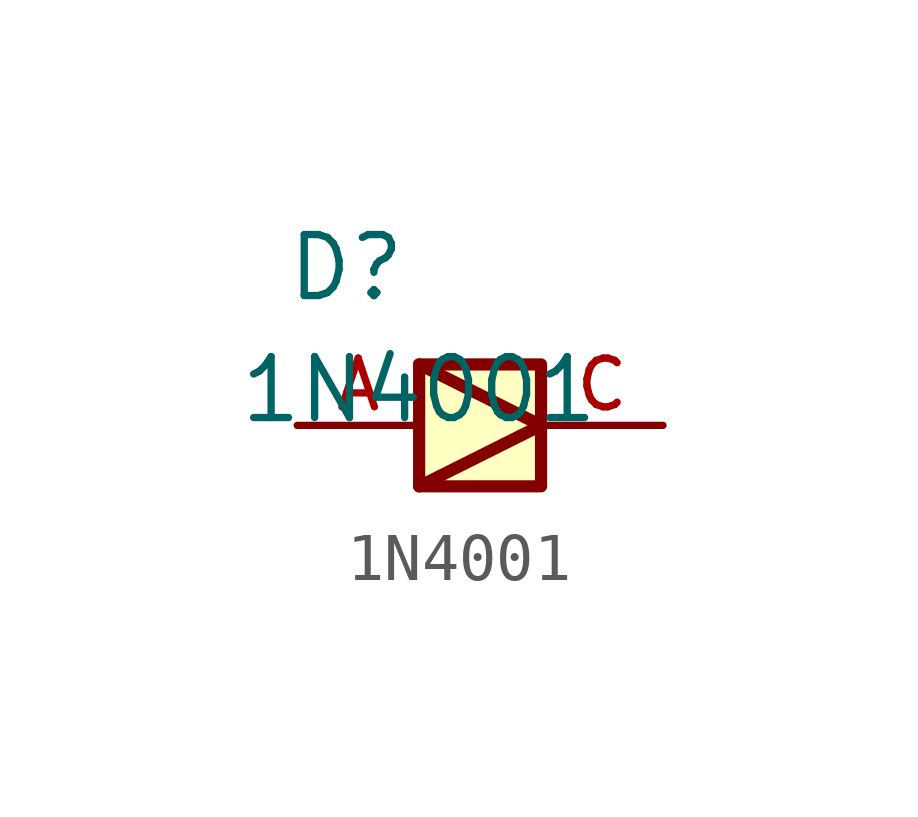
<source format=kicad_sym>
(kicad_symbol_lib
  (version 20211014)
  (generator kicad_symbol_editor)
  (symbol "1N4001"
    (pin_names
      (offset 1.016))
    (property "Reference" "D"
      (at -2.796 2.542 0)
      (effects (font (size 1.27 1.27)) (justify bottom left)))
    (property "Value" "1N4001"
      (at 0 0.0 0)
      (effects (font (size 1.27 1.27)) (justify bottom)))
    (symbol "1N4001_0_0"
      (polyline (pts (xy 0.0 -1.27) (xy 2.54 0.0)) (stroke (width 0.254)))
      (polyline (pts (xy 2.54 0.0) (xy 0.0 1.27)) (stroke (width 0.254)))
      (rectangle (start 0.0 -1.27) (end 2.54 1.27) (stroke (width 0.254)) (fill (type background)))
      (pin passive line (at -2.54 0.0 0) (length 2.54) (name "~" (effects (font (size 1.016 1.016)))) (number "A" (effects (font (size 1.016 1.016)))))
      (pin passive line (at 5.08 0.0 180.0) (length 2.54) (name "~" (effects (font (size 1.016 1.016)))) (number "C" (effects (font (size 1.016 1.016))))))))
</source>
